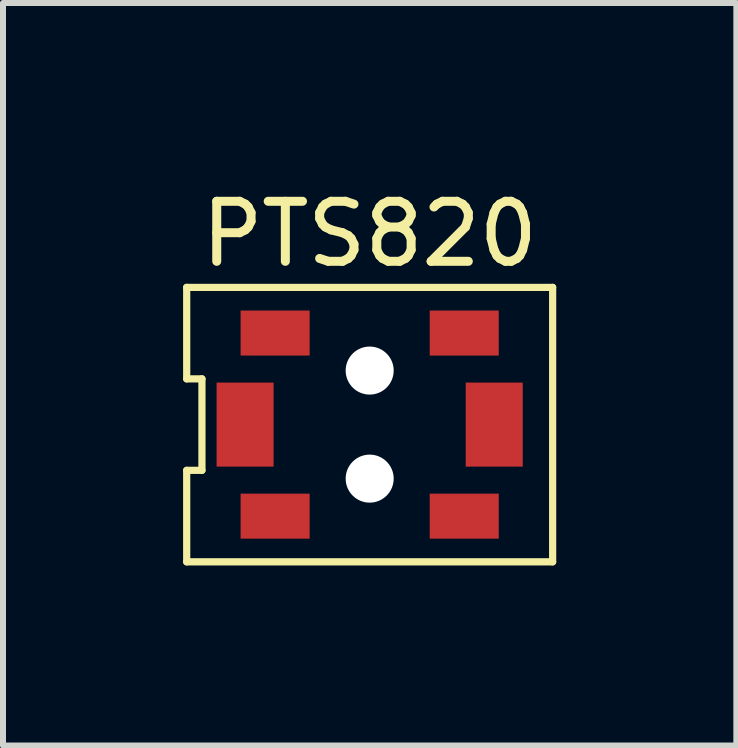
<source format=kicad_pcb>
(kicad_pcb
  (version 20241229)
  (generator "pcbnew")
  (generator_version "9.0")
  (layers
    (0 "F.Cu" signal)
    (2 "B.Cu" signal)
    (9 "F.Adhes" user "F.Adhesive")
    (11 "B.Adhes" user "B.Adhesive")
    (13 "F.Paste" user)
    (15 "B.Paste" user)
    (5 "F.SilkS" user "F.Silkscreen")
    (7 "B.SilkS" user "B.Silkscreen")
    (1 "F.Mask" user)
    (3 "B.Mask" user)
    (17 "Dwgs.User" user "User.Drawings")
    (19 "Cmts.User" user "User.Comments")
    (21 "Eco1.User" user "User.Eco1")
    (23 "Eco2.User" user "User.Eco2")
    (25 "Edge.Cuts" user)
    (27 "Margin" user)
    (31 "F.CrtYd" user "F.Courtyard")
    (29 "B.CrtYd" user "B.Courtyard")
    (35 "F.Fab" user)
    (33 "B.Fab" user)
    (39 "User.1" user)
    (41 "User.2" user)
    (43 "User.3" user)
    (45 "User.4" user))
  (footprint "PTS820"
    (layer "F.Cu")
    (at 3.108 4.023)
    (property "Reference" "PTS820" (at 0 -3.175 0) (layer "F.SilkS") (effects (font (size 1 1) (thickness 0.15))))
    (attr through_hole)
    (fp_line (start -3.048 -2.286) (end 3.048 -2.286) (stroke (width 0.12) (type solid)) (layer "F.SilkS"))
    (fp_line (start -3.048 -0.762) (end -3.048 -2.286) (stroke (width 0.12) (type solid)) (layer "F.SilkS"))
    (fp_line (start -3.048 -0.762) (end -2.794 -0.762) (stroke (width 0.12) (type solid)) (layer "F.SilkS"))
    (fp_line (start -3.048 2.286) (end -3.048 0.762) (stroke (width 0.12) (type solid)) (layer "F.SilkS"))
    (fp_line (start -2.794 -0.762) (end -2.794 0.762) (stroke (width 0.12) (type solid)) (layer "F.SilkS"))
    (fp_line (start -2.794 0.762) (end -3.048 0.762) (stroke (width 0.12) (type solid)) (layer "F.SilkS"))
    (fp_line (start 3.048 -2.286) (end 3.048 2.286) (stroke (width 0.12) (type solid)) (layer "F.SilkS"))
    (fp_line (start 3.048 2.286) (end -3.048 2.286) (stroke (width 0.12) (type solid)) (layer "F.SilkS"))
    (pad "" smd rect (at -1.575 -1.525) (size 1.15 0.75) (layers "F.Cu" "F.Mask" "F.Paste"))
    (pad "" smd rect (at -1.575 1.525) (size 1.15 0.75) (layers "F.Cu" "F.Mask" "F.Paste"))
    (pad "" np_thru_hole circle (at 0 -0.9) (size 0.8 0.8) (drill 0.8) (layers "*.Cu" "*.Mask"))
    (pad "" np_thru_hole circle (at 0 0.9) (size 0.8 0.8) (drill 0.8) (layers "*.Cu" "*.Mask"))
    (pad "" smd rect (at 1.575 -1.525) (size 1.15 0.75) (layers "F.Cu" "F.Mask" "F.Paste"))
    (pad "" smd rect (at 1.575 1.525) (size 1.15 0.75) (layers "F.Cu" "F.Mask" "F.Paste"))
    (pad "1" smd rect (at -2.075 0) (size 0.95 1.4) (layers "F.Cu" "F.Mask" "F.Paste"))
    (pad "2" smd rect (at 2.075 0) (size 0.95 1.4) (layers "F.Cu" "F.Mask" "F.Paste")))
  (gr_rect
    (start -3 -3)
    (end 9.216 9.369)
    (stroke (width 0.1) (type default))
    (fill no)
    (layer "Edge.Cuts")))
</source>
